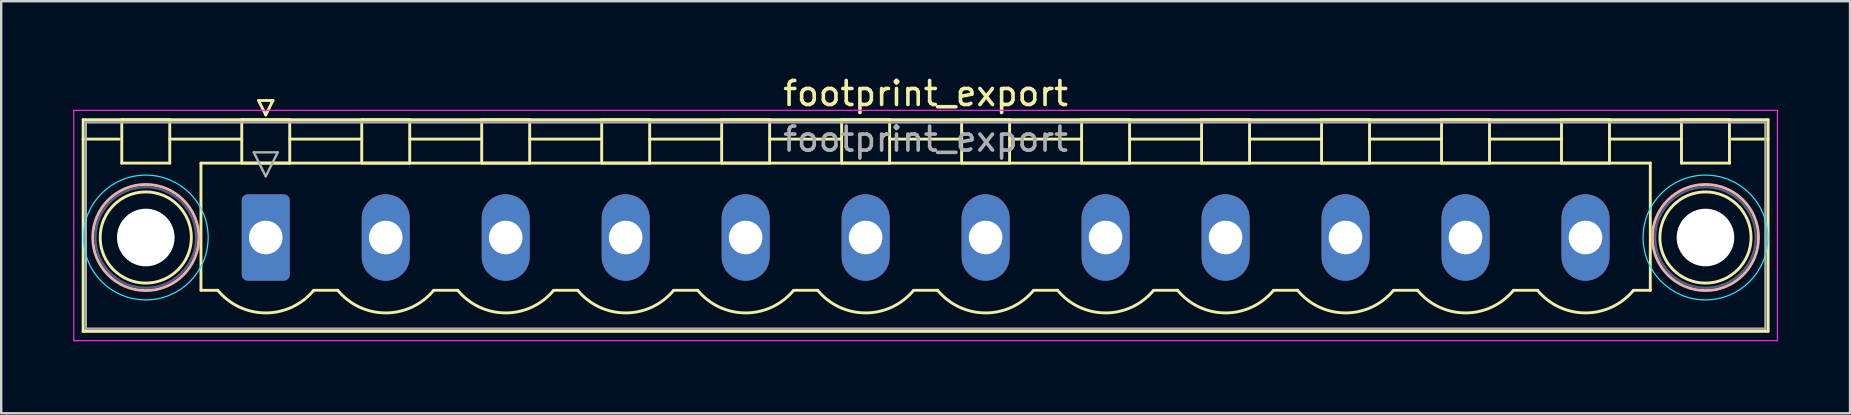
<source format=kicad_pcb>
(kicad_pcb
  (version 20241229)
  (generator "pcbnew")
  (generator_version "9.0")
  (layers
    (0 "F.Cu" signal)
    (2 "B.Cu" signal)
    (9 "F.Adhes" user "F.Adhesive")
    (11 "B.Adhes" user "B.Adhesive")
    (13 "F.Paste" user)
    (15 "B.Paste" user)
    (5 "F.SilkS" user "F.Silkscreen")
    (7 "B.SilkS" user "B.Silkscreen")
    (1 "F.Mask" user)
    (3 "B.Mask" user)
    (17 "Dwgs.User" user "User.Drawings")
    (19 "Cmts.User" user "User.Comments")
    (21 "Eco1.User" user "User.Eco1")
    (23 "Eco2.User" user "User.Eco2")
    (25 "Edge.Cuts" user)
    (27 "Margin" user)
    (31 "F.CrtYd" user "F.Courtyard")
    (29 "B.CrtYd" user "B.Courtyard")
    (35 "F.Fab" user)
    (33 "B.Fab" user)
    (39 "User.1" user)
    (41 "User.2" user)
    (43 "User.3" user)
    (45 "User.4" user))
  (footprint "footprint_export"
    (layer "F.Cu")
    (at 8.025 6.848)
    (property "Reference" "footprint_export" (at 27.5 -6 0) (layer "F.SilkS") (effects (font (size 1 1) (thickness 0.15))))
    (attr through_hole)
    (fp_line (start -7.61 -4.91) (end -7.61 3.91) (stroke (width 0.12) (type solid)) (layer "F.SilkS"))
    (fp_line (start -7.61 -4.1) (end -6.11 -4.1) (stroke (width 0.12) (type solid)) (layer "F.SilkS"))
    (fp_line (start -7.61 3.91) (end 62.61 3.91) (stroke (width 0.12) (type solid)) (layer "F.SilkS"))
    (fp_line (start -6 -4.91) (end -4 -4.91) (stroke (width 0.12) (type solid)) (layer "F.SilkS"))
    (fp_line (start -6 -3.1) (end -6 -4.91) (stroke (width 0.12) (type solid)) (layer "F.SilkS"))
    (fp_line (start -4 -4.91) (end -4 -3.1) (stroke (width 0.12) (type solid)) (layer "F.SilkS"))
    (fp_line (start -4 -4.1) (end -1 -4.1) (stroke (width 0.12) (type solid)) (layer "F.SilkS"))
    (fp_line (start -4 -3.1) (end -6 -3.1) (stroke (width 0.12) (type solid)) (layer "F.SilkS"))
    (fp_line (start -2.7 -3.1) (end 57.7 -3.1) (stroke (width 0.12) (type solid)) (layer "F.SilkS"))
    (fp_line (start -2.7 2.2) (end -2.7 -3.1) (stroke (width 0.12) (type solid)) (layer "F.SilkS"))
    (fp_line (start -2 2.2) (end -2.7 2.2) (stroke (width 0.12) (type solid)) (layer "F.SilkS"))
    (fp_line (start -1 -4.91) (end 1 -4.91) (stroke (width 0.12) (type solid)) (layer "F.SilkS"))
    (fp_line (start -1 -3.1) (end -1 -4.91) (stroke (width 0.12) (type solid)) (layer "F.SilkS"))
    (fp_line (start -0.3 -5.71) (end 0.3 -5.71) (stroke (width 0.12) (type solid)) (layer "F.SilkS"))
    (fp_line (start 0 -5.11) (end -0.3 -5.71) (stroke (width 0.12) (type solid)) (layer "F.SilkS"))
    (fp_line (start 0.3 -5.71) (end 0 -5.11) (stroke (width 0.12) (type solid)) (layer "F.SilkS"))
    (fp_line (start 1 -4.91) (end 1 -3.1) (stroke (width 0.12) (type solid)) (layer "F.SilkS"))
    (fp_line (start 1 -4.1) (end 4 -4.1) (stroke (width 0.12) (type solid)) (layer "F.SilkS"))
    (fp_line (start 1 -3.1) (end -1 -3.1) (stroke (width 0.12) (type solid)) (layer "F.SilkS"))
    (fp_line (start 2 2.2) (end 3 2.2) (stroke (width 0.12) (type solid)) (layer "F.SilkS"))
    (fp_line (start 4 -4.91) (end 6 -4.91) (stroke (width 0.12) (type solid)) (layer "F.SilkS"))
    (fp_line (start 4 -3.1) (end 4 -4.91) (stroke (width 0.12) (type solid)) (layer "F.SilkS"))
    (fp_line (start 6 -4.91) (end 6 -3.1) (stroke (width 0.12) (type solid)) (layer "F.SilkS"))
    (fp_line (start 6 -4.1) (end 9 -4.1) (stroke (width 0.12) (type solid)) (layer "F.SilkS"))
    (fp_line (start 6 -3.1) (end 4 -3.1) (stroke (width 0.12) (type solid)) (layer "F.SilkS"))
    (fp_line (start 7 2.2) (end 8 2.2) (stroke (width 0.12) (type solid)) (layer "F.SilkS"))
    (fp_line (start 9 -4.91) (end 11 -4.91) (stroke (width 0.12) (type solid)) (layer "F.SilkS"))
    (fp_line (start 9 -3.1) (end 9 -4.91) (stroke (width 0.12) (type solid)) (layer "F.SilkS"))
    (fp_line (start 11 -4.91) (end 11 -3.1) (stroke (width 0.12) (type solid)) (layer "F.SilkS"))
    (fp_line (start 11 -4.1) (end 14 -4.1) (stroke (width 0.12) (type solid)) (layer "F.SilkS"))
    (fp_line (start 11 -3.1) (end 9 -3.1) (stroke (width 0.12) (type solid)) (layer "F.SilkS"))
    (fp_line (start 12 2.2) (end 13 2.2) (stroke (width 0.12) (type solid)) (layer "F.SilkS"))
    (fp_line (start 14 -4.91) (end 16 -4.91) (stroke (width 0.12) (type solid)) (layer "F.SilkS"))
    (fp_line (start 14 -3.1) (end 14 -4.91) (stroke (width 0.12) (type solid)) (layer "F.SilkS"))
    (fp_line (start 16 -4.91) (end 16 -3.1) (stroke (width 0.12) (type solid)) (layer "F.SilkS"))
    (fp_line (start 16 -4.1) (end 19 -4.1) (stroke (width 0.12) (type solid)) (layer "F.SilkS"))
    (fp_line (start 16 -3.1) (end 14 -3.1) (stroke (width 0.12) (type solid)) (layer "F.SilkS"))
    (fp_line (start 17 2.2) (end 18 2.2) (stroke (width 0.12) (type solid)) (layer "F.SilkS"))
    (fp_line (start 19 -4.91) (end 21 -4.91) (stroke (width 0.12) (type solid)) (layer "F.SilkS"))
    (fp_line (start 19 -3.1) (end 19 -4.91) (stroke (width 0.12) (type solid)) (layer "F.SilkS"))
    (fp_line (start 21 -4.91) (end 21 -3.1) (stroke (width 0.12) (type solid)) (layer "F.SilkS"))
    (fp_line (start 21 -4.1) (end 24 -4.1) (stroke (width 0.12) (type solid)) (layer "F.SilkS"))
    (fp_line (start 21 -3.1) (end 19 -3.1) (stroke (width 0.12) (type solid)) (layer "F.SilkS"))
    (fp_line (start 22 2.2) (end 23 2.2) (stroke (width 0.12) (type solid)) (layer "F.SilkS"))
    (fp_line (start 24 -4.91) (end 26 -4.91) (stroke (width 0.12) (type solid)) (layer "F.SilkS"))
    (fp_line (start 24 -3.1) (end 24 -4.91) (stroke (width 0.12) (type solid)) (layer "F.SilkS"))
    (fp_line (start 26 -4.91) (end 26 -3.1) (stroke (width 0.12) (type solid)) (layer "F.SilkS"))
    (fp_line (start 26 -4.1) (end 29 -4.1) (stroke (width 0.12) (type solid)) (layer "F.SilkS"))
    (fp_line (start 26 -3.1) (end 24 -3.1) (stroke (width 0.12) (type solid)) (layer "F.SilkS"))
    (fp_line (start 27 2.2) (end 28 2.2) (stroke (width 0.12) (type solid)) (layer "F.SilkS"))
    (fp_line (start 29 -4.91) (end 31 -4.91) (stroke (width 0.12) (type solid)) (layer "F.SilkS"))
    (fp_line (start 29 -3.1) (end 29 -4.91) (stroke (width 0.12) (type solid)) (layer "F.SilkS"))
    (fp_line (start 31 -4.91) (end 31 -3.1) (stroke (width 0.12) (type solid)) (layer "F.SilkS"))
    (fp_line (start 31 -4.1) (end 34 -4.1) (stroke (width 0.12) (type solid)) (layer "F.SilkS"))
    (fp_line (start 31 -3.1) (end 29 -3.1) (stroke (width 0.12) (type solid)) (layer "F.SilkS"))
    (fp_line (start 32 2.2) (end 33 2.2) (stroke (width 0.12) (type solid)) (layer "F.SilkS"))
    (fp_line (start 34 -4.91) (end 36 -4.91) (stroke (width 0.12) (type solid)) (layer "F.SilkS"))
    (fp_line (start 34 -3.1) (end 34 -4.91) (stroke (width 0.12) (type solid)) (layer "F.SilkS"))
    (fp_line (start 36 -4.91) (end 36 -3.1) (stroke (width 0.12) (type solid)) (layer "F.SilkS"))
    (fp_line (start 36 -4.1) (end 39 -4.1) (stroke (width 0.12) (type solid)) (layer "F.SilkS"))
    (fp_line (start 36 -3.1) (end 34 -3.1) (stroke (width 0.12) (type solid)) (layer "F.SilkS"))
    (fp_line (start 37 2.2) (end 38 2.2) (stroke (width 0.12) (type solid)) (layer "F.SilkS"))
    (fp_line (start 39 -4.91) (end 41 -4.91) (stroke (width 0.12) (type solid)) (layer "F.SilkS"))
    (fp_line (start 39 -3.1) (end 39 -4.91) (stroke (width 0.12) (type solid)) (layer "F.SilkS"))
    (fp_line (start 41 -4.91) (end 41 -3.1) (stroke (width 0.12) (type solid)) (layer "F.SilkS"))
    (fp_line (start 41 -4.1) (end 44 -4.1) (stroke (width 0.12) (type solid)) (layer "F.SilkS"))
    (fp_line (start 41 -3.1) (end 39 -3.1) (stroke (width 0.12) (type solid)) (layer "F.SilkS"))
    (fp_line (start 42 2.2) (end 43 2.2) (stroke (width 0.12) (type solid)) (layer "F.SilkS"))
    (fp_line (start 44 -4.91) (end 46 -4.91) (stroke (width 0.12) (type solid)) (layer "F.SilkS"))
    (fp_line (start 44 -3.1) (end 44 -4.91) (stroke (width 0.12) (type solid)) (layer "F.SilkS"))
    (fp_line (start 46 -4.91) (end 46 -3.1) (stroke (width 0.12) (type solid)) (layer "F.SilkS"))
    (fp_line (start 46 -4.1) (end 49 -4.1) (stroke (width 0.12) (type solid)) (layer "F.SilkS"))
    (fp_line (start 46 -3.1) (end 44 -3.1) (stroke (width 0.12) (type solid)) (layer "F.SilkS"))
    (fp_line (start 47 2.2) (end 48 2.2) (stroke (width 0.12) (type solid)) (layer "F.SilkS"))
    (fp_line (start 49 -4.91) (end 51 -4.91) (stroke (width 0.12) (type solid)) (layer "F.SilkS"))
    (fp_line (start 49 -3.1) (end 49 -4.91) (stroke (width 0.12) (type solid)) (layer "F.SilkS"))
    (fp_line (start 51 -4.91) (end 51 -3.1) (stroke (width 0.12) (type solid)) (layer "F.SilkS"))
    (fp_line (start 51 -4.1) (end 54 -4.1) (stroke (width 0.12) (type solid)) (layer "F.SilkS"))
    (fp_line (start 51 -3.1) (end 49 -3.1) (stroke (width 0.12) (type solid)) (layer "F.SilkS"))
    (fp_line (start 52 2.2) (end 53 2.2) (stroke (width 0.12) (type solid)) (layer "F.SilkS"))
    (fp_line (start 54 -4.91) (end 56 -4.91) (stroke (width 0.12) (type solid)) (layer "F.SilkS"))
    (fp_line (start 54 -3.1) (end 54 -4.91) (stroke (width 0.12) (type solid)) (layer "F.SilkS"))
    (fp_line (start 56 -4.91) (end 56 -3.1) (stroke (width 0.12) (type solid)) (layer "F.SilkS"))
    (fp_line (start 56 -4.1) (end 59 -4.1) (stroke (width 0.12) (type solid)) (layer "F.SilkS"))
    (fp_line (start 56 -3.1) (end 54 -3.1) (stroke (width 0.12) (type solid)) (layer "F.SilkS"))
    (fp_line (start 57.7 -3.1) (end 57.7 2.2) (stroke (width 0.12) (type solid)) (layer "F.SilkS"))
    (fp_line (start 57.7 2.2) (end 57 2.2) (stroke (width 0.12) (type solid)) (layer "F.SilkS"))
    (fp_line (start 59 -4.91) (end 61 -4.91) (stroke (width 0.12) (type solid)) (layer "F.SilkS"))
    (fp_line (start 59 -3.1) (end 59 -4.91) (stroke (width 0.12) (type solid)) (layer "F.SilkS"))
    (fp_line (start 61 -4.91) (end 61 -3.1) (stroke (width 0.12) (type solid)) (layer "F.SilkS"))
    (fp_line (start 61 -3.1) (end 59 -3.1) (stroke (width 0.12) (type solid)) (layer "F.SilkS"))
    (fp_line (start 62.61 -4.91) (end -7.61 -4.91) (stroke (width 0.12) (type solid)) (layer "F.SilkS"))
    (fp_line (start 62.61 -4.1) (end 61.11 -4.1) (stroke (width 0.12) (type solid)) (layer "F.SilkS"))
    (fp_line (start 62.61 3.91) (end 62.61 -4.91) (stroke (width 0.12) (type solid)) (layer "F.SilkS"))
    (fp_arc (start 1.986842 2.215821) (mid -0.010289 3.142758) (end -2 2.2) (stroke (width 0.12) (type solid)) (layer "F.SilkS"))
    (fp_arc (start 6.986842 2.215821) (mid 4.989711 3.142758) (end 3 2.2) (stroke (width 0.12) (type solid)) (layer "F.SilkS"))
    (fp_arc (start 11.986842 2.215821) (mid 9.989711 3.142758) (end 8 2.2) (stroke (width 0.12) (type solid)) (layer "F.SilkS"))
    (fp_arc (start 16.986842 2.215821) (mid 14.989711 3.142758) (end 13 2.2) (stroke (width 0.12) (type solid)) (layer "F.SilkS"))
    (fp_arc (start 21.986842 2.215821) (mid 19.989711 3.142758) (end 18 2.2) (stroke (width 0.12) (type solid)) (layer "F.SilkS"))
    (fp_arc (start 26.986842 2.215821) (mid 24.989711 3.142758) (end 23 2.2) (stroke (width 0.12) (type solid)) (layer "F.SilkS"))
    (fp_arc (start 31.986842 2.215821) (mid 29.989711 3.142758) (end 28 2.2) (stroke (width 0.12) (type solid)) (layer "F.SilkS"))
    (fp_arc (start 36.986842 2.215821) (mid 34.989711 3.142758) (end 33 2.2) (stroke (width 0.12) (type solid)) (layer "F.SilkS"))
    (fp_arc (start 41.986842 2.215821) (mid 39.989711 3.142758) (end 38 2.2) (stroke (width 0.12) (type solid)) (layer "F.SilkS"))
    (fp_arc (start 46.986842 2.215821) (mid 44.989711 3.142758) (end 43 2.2) (stroke (width 0.12) (type solid)) (layer "F.SilkS"))
    (fp_arc (start 51.986842 2.215821) (mid 49.989711 3.142758) (end 48 2.2) (stroke (width 0.12) (type solid)) (layer "F.SilkS"))
    (fp_arc (start 56.986842 2.215821) (mid 54.989711 3.142758) (end 53 2.2) (stroke (width 0.12) (type solid)) (layer "F.SilkS"))
    (fp_circle (center -5 0) (end -3.1 0) (stroke (width 0.12) (type solid)) (fill no) (layer "F.SilkS"))
    (fp_circle (center 60 0) (end 61.9 0) (stroke (width 0.12) (type solid)) (fill no) (layer "F.SilkS"))
    (fp_circle (center -5 0) (end -2.79 0) (stroke (width 0.12) (type solid)) (fill no) (layer "B.SilkS"))
    (fp_circle (center 60 0) (end 62.21 0) (stroke (width 0.12) (type solid)) (fill no) (layer "B.SilkS"))
    (fp_circle (center -5 0) (end -2.4 0) (stroke (width 0.05) (type solid)) (fill no) (layer "B.CrtYd"))
    (fp_circle (center 60 0) (end 62.6 0) (stroke (width 0.05) (type solid)) (fill no) (layer "B.CrtYd"))
    (fp_line (start -8 -5.3) (end -8 4.3) (stroke (width 0.05) (type solid)) (layer "F.CrtYd"))
    (fp_line (start -8 4.3) (end 63 4.3) (stroke (width 0.05) (type solid)) (layer "F.CrtYd"))
    (fp_line (start 63 -5.3) (end -8 -5.3) (stroke (width 0.05) (type solid)) (layer "F.CrtYd"))
    (fp_line (start 63 4.3) (end 63 -5.3) (stroke (width 0.05) (type solid)) (layer "F.CrtYd"))
    (fp_circle (center -5 0) (end -2.9 0) (stroke (width 0.1) (type solid)) (fill no) (layer "B.Fab"))
    (fp_circle (center 60 0) (end 62.1 0) (stroke (width 0.1) (type solid)) (fill no) (layer "B.Fab"))
    (fp_line (start -7.5 -4.8) (end -7.5 3.8) (stroke (width 0.1) (type solid)) (layer "F.Fab"))
    (fp_line (start -7.5 3.8) (end 62.5 3.8) (stroke (width 0.1) (type solid)) (layer "F.Fab"))
    (fp_line (start -0.5 -3.55) (end 0.5 -3.55) (stroke (width 0.1) (type solid)) (layer "F.Fab"))
    (fp_line (start 0 -2.55) (end -0.5 -3.55) (stroke (width 0.1) (type solid)) (layer "F.Fab"))
    (fp_line (start 0.5 -3.55) (end 0 -2.55) (stroke (width 0.1) (type solid)) (layer "F.Fab"))
    (fp_line (start 62.5 -4.8) (end -7.5 -4.8) (stroke (width 0.1) (type solid)) (layer "F.Fab"))
    (fp_line (start 62.5 3.8) (end 62.5 -4.8) (stroke (width 0.1) (type solid)) (layer "F.Fab"))
    (fp_text user "${REFERENCE}" (at 27.5 -4.1 0) (layer "F.Fab") (effects (font (size 1 1) (thickness 0.15))))
    (pad "" np_thru_hole circle (at -5 0) (size 2.4 2.4) (drill 2.4) (layers "*.Cu" "*.Mask"))
    (pad "" np_thru_hole circle (at 60 0) (size 2.4 2.4) (drill 2.4) (layers "*.Cu" "*.Mask"))
    (pad "1" thru_hole roundrect (at 0 0) (size 2 3.6) (drill 1.4) (layers "*.Cu" "*.Mask") (roundrect_rratio 0.125))
    (pad "2" thru_hole oval (at 5 0) (size 2 3.6) (drill 1.4) (layers "*.Cu" "*.Mask"))
    (pad "3" thru_hole oval (at 10 0) (size 2 3.6) (drill 1.4) (layers "*.Cu" "*.Mask"))
    (pad "4" thru_hole oval (at 15 0) (size 2 3.6) (drill 1.4) (layers "*.Cu" "*.Mask"))
    (pad "5" thru_hole oval (at 20 0) (size 2 3.6) (drill 1.4) (layers "*.Cu" "*.Mask"))
    (pad "6" thru_hole oval (at 25 0) (size 2 3.6) (drill 1.4) (layers "*.Cu" "*.Mask"))
    (pad "7" thru_hole oval (at 30 0) (size 2 3.6) (drill 1.4) (layers "*.Cu" "*.Mask"))
    (pad "8" thru_hole oval (at 35 0) (size 2 3.6) (drill 1.4) (layers "*.Cu" "*.Mask"))
    (pad "9" thru_hole oval (at 40 0) (size 2 3.6) (drill 1.4) (layers "*.Cu" "*.Mask"))
    (pad "10" thru_hole oval (at 45 0) (size 2 3.6) (drill 1.4) (layers "*.Cu" "*.Mask"))
    (pad "11" thru_hole oval (at 50 0) (size 2 3.6) (drill 1.4) (layers "*.Cu" "*.Mask"))
    (pad "12" thru_hole oval (at 55 0) (size 2 3.6) (drill 1.4) (layers "*.Cu" "*.Mask")))
  (gr_rect
    (start -3 -3)
    (end 74.05 14.173)
    (stroke (width 0.1) (type default))
    (fill no)
    (layer "Edge.Cuts")))
</source>
